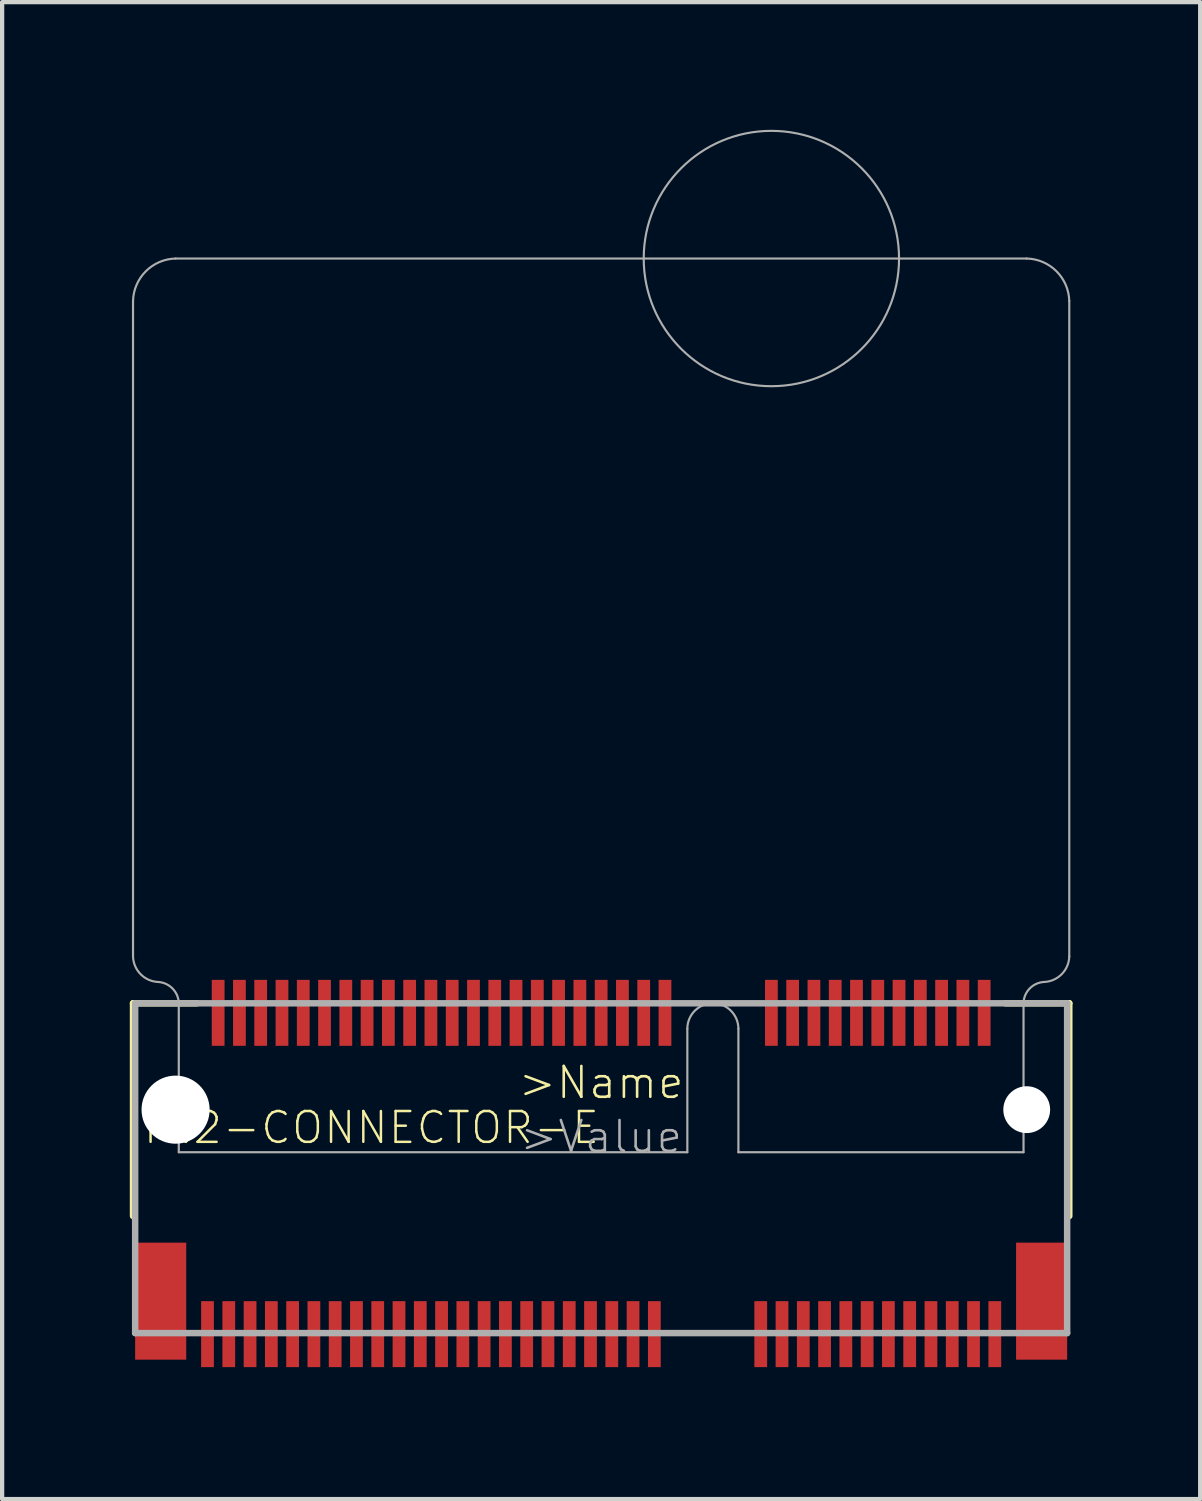
<source format=kicad_pcb>
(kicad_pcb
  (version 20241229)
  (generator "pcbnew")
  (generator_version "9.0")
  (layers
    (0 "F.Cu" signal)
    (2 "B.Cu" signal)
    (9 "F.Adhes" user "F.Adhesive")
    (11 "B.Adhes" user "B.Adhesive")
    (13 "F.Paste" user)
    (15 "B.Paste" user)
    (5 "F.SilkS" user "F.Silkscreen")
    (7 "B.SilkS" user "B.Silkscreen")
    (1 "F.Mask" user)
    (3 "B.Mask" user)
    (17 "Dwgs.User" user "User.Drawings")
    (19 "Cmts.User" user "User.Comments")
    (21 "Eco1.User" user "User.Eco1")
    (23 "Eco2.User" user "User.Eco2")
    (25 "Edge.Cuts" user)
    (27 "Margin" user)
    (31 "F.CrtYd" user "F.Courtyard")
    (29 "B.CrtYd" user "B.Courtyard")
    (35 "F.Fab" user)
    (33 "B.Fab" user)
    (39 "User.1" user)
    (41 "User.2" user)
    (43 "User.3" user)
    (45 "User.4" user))
  (footprint "M.2-CONNECTOR-E"
    (layer "F.Cu")
    (at 11.076 23.025)
    (property "Reference" "M.2-CONNECTOR-E" (at 0 0 180) (layer "F.SilkS") (effects (font (size 0.724 0.724) (thickness 0.058)) (justify right top)))
    (attr through_hole)
    (fp_line (start -11 2.5) (end -11 -2.5) (stroke (width 0.152) (type solid)) (layer "F.SilkS"))
    (fp_line (start -9.5 -2.5) (end -11 -2.5) (stroke (width 0.152) (type solid)) (layer "F.SilkS"))
    (fp_line (start 11 -2.5) (end 9.5 -2.5) (stroke (width 0.152) (type solid)) (layer "F.SilkS"))
    (fp_line (start 11 2.5) (end 11 -2.5) (stroke (width 0.152) (type solid)) (layer "F.SilkS"))
    (fp_poly (pts (xy -9.4 6.15) (xy -9.1 6.15) (xy -9.1 4.4) (xy -9.4 4.4)) (stroke (width 0) (type solid)) (fill yes) (layer "F.Paste"))
    (fp_poly (pts (xy -9.15 -1.4) (xy -8.85 -1.4) (xy -8.85 -3.15) (xy -9.15 -3.15)) (stroke (width 0) (type solid)) (fill yes) (layer "F.Paste"))
    (fp_poly (pts (xy -8.9 6.15) (xy -8.6 6.15) (xy -8.6 4.4) (xy -8.9 4.4)) (stroke (width 0) (type solid)) (fill yes) (layer "F.Paste"))
    (fp_poly (pts (xy -8.65 -1.4) (xy -8.35 -1.4) (xy -8.35 -3.15) (xy -8.65 -3.15)) (stroke (width 0) (type solid)) (fill yes) (layer "F.Paste"))
    (fp_poly (pts (xy -8.4 6.15) (xy -8.1 6.15) (xy -8.1 4.4) (xy -8.4 4.4)) (stroke (width 0) (type solid)) (fill yes) (layer "F.Paste"))
    (fp_poly (pts (xy -8.15 -1.4) (xy -7.85 -1.4) (xy -7.85 -3.15) (xy -8.15 -3.15)) (stroke (width 0) (type solid)) (fill yes) (layer "F.Paste"))
    (fp_poly (pts (xy -7.9 6.15) (xy -7.6 6.15) (xy -7.6 4.4) (xy -7.9 4.4)) (stroke (width 0) (type solid)) (fill yes) (layer "F.Paste"))
    (fp_poly (pts (xy -7.65 -1.4) (xy -7.35 -1.4) (xy -7.35 -3.15) (xy -7.65 -3.15)) (stroke (width 0) (type solid)) (fill yes) (layer "F.Paste"))
    (fp_poly (pts (xy -7.4 6.15) (xy -7.1 6.15) (xy -7.1 4.4) (xy -7.4 4.4)) (stroke (width 0) (type solid)) (fill yes) (layer "F.Paste"))
    (fp_poly (pts (xy -7.15 -1.4) (xy -6.85 -1.4) (xy -6.85 -3.15) (xy -7.15 -3.15)) (stroke (width 0) (type solid)) (fill yes) (layer "F.Paste"))
    (fp_poly (pts (xy -6.9 6.15) (xy -6.6 6.15) (xy -6.6 4.4) (xy -6.9 4.4)) (stroke (width 0) (type solid)) (fill yes) (layer "F.Paste"))
    (fp_poly (pts (xy -6.65 -1.4) (xy -6.35 -1.4) (xy -6.35 -3.15) (xy -6.65 -3.15)) (stroke (width 0) (type solid)) (fill yes) (layer "F.Paste"))
    (fp_poly (pts (xy -6.4 6.15) (xy -6.1 6.15) (xy -6.1 4.4) (xy -6.4 4.4)) (stroke (width 0) (type solid)) (fill yes) (layer "F.Paste"))
    (fp_poly (pts (xy -6.15 -1.4) (xy -5.85 -1.4) (xy -5.85 -3.15) (xy -6.15 -3.15)) (stroke (width 0) (type solid)) (fill yes) (layer "F.Paste"))
    (fp_poly (pts (xy -5.9 6.15) (xy -5.6 6.15) (xy -5.6 4.4) (xy -5.9 4.4)) (stroke (width 0) (type solid)) (fill yes) (layer "F.Paste"))
    (fp_poly (pts (xy -5.65 -1.4) (xy -5.35 -1.4) (xy -5.35 -3.15) (xy -5.65 -3.15)) (stroke (width 0) (type solid)) (fill yes) (layer "F.Paste"))
    (fp_poly (pts (xy -5.4 6.15) (xy -5.1 6.15) (xy -5.1 4.4) (xy -5.4 4.4)) (stroke (width 0) (type solid)) (fill yes) (layer "F.Paste"))
    (fp_poly (pts (xy -5.15 -1.4) (xy -4.85 -1.4) (xy -4.85 -3.15) (xy -5.15 -3.15)) (stroke (width 0) (type solid)) (fill yes) (layer "F.Paste"))
    (fp_poly (pts (xy -4.9 6.15) (xy -4.6 6.15) (xy -4.6 4.4) (xy -4.9 4.4)) (stroke (width 0) (type solid)) (fill yes) (layer "F.Paste"))
    (fp_poly (pts (xy -4.65 -1.4) (xy -4.35 -1.4) (xy -4.35 -3.15) (xy -4.65 -3.15)) (stroke (width 0) (type solid)) (fill yes) (layer "F.Paste"))
    (fp_poly (pts (xy -4.4 6.15) (xy -4.1 6.15) (xy -4.1 4.4) (xy -4.4 4.4)) (stroke (width 0) (type solid)) (fill yes) (layer "F.Paste"))
    (fp_poly (pts (xy -4.15 -1.4) (xy -3.85 -1.4) (xy -3.85 -3.15) (xy -4.15 -3.15)) (stroke (width 0) (type solid)) (fill yes) (layer "F.Paste"))
    (fp_poly (pts (xy -3.9 6.15) (xy -3.6 6.15) (xy -3.6 4.4) (xy -3.9 4.4)) (stroke (width 0) (type solid)) (fill yes) (layer "F.Paste"))
    (fp_poly (pts (xy -3.65 -1.4) (xy -3.35 -1.4) (xy -3.35 -3.15) (xy -3.65 -3.15)) (stroke (width 0) (type solid)) (fill yes) (layer "F.Paste"))
    (fp_poly (pts (xy -3.4 6.15) (xy -3.1 6.15) (xy -3.1 4.4) (xy -3.4 4.4)) (stroke (width 0) (type solid)) (fill yes) (layer "F.Paste"))
    (fp_poly (pts (xy -3.15 -1.4) (xy -2.85 -1.4) (xy -2.85 -3.15) (xy -3.15 -3.15)) (stroke (width 0) (type solid)) (fill yes) (layer "F.Paste"))
    (fp_poly (pts (xy -2.9 6.15) (xy -2.6 6.15) (xy -2.6 4.4) (xy -2.9 4.4)) (stroke (width 0) (type solid)) (fill yes) (layer "F.Paste"))
    (fp_poly (pts (xy -2.65 -1.4) (xy -2.35 -1.4) (xy -2.35 -3.15) (xy -2.65 -3.15)) (stroke (width 0) (type solid)) (fill yes) (layer "F.Paste"))
    (fp_poly (pts (xy -2.4 6.15) (xy -2.1 6.15) (xy -2.1 4.4) (xy -2.4 4.4)) (stroke (width 0) (type solid)) (fill yes) (layer "F.Paste"))
    (fp_poly (pts (xy -2.15 -1.4) (xy -1.85 -1.4) (xy -1.85 -3.15) (xy -2.15 -3.15)) (stroke (width 0) (type solid)) (fill yes) (layer "F.Paste"))
    (fp_poly (pts (xy -1.9 6.15) (xy -1.6 6.15) (xy -1.6 4.4) (xy -1.9 4.4)) (stroke (width 0) (type solid)) (fill yes) (layer "F.Paste"))
    (fp_poly (pts (xy -1.65 -1.4) (xy -1.35 -1.4) (xy -1.35 -3.15) (xy -1.65 -3.15)) (stroke (width 0) (type solid)) (fill yes) (layer "F.Paste"))
    (fp_poly (pts (xy -1.4 6.15) (xy -1.1 6.15) (xy -1.1 4.4) (xy -1.4 4.4)) (stroke (width 0) (type solid)) (fill yes) (layer "F.Paste"))
    (fp_poly (pts (xy -1.15 -1.4) (xy -0.85 -1.4) (xy -0.85 -3.15) (xy -1.15 -3.15)) (stroke (width 0) (type solid)) (fill yes) (layer "F.Paste"))
    (fp_poly (pts (xy -0.9 6.15) (xy -0.6 6.15) (xy -0.6 4.4) (xy -0.9 4.4)) (stroke (width 0) (type solid)) (fill yes) (layer "F.Paste"))
    (fp_poly (pts (xy -0.65 -1.4) (xy -0.35 -1.4) (xy -0.35 -3.15) (xy -0.65 -3.15)) (stroke (width 0) (type solid)) (fill yes) (layer "F.Paste"))
    (fp_poly (pts (xy -0.4 6.15) (xy -0.1 6.15) (xy -0.1 4.4) (xy -0.4 4.4)) (stroke (width 0) (type solid)) (fill yes) (layer "F.Paste"))
    (fp_poly (pts (xy -0.15 -1.4) (xy 0.15 -1.4) (xy 0.15 -3.15) (xy -0.15 -3.15)) (stroke (width 0) (type solid)) (fill yes) (layer "F.Paste"))
    (fp_poly (pts (xy 0.1 6.15) (xy 0.4 6.15) (xy 0.4 4.4) (xy 0.1 4.4)) (stroke (width 0) (type solid)) (fill yes) (layer "F.Paste"))
    (fp_poly (pts (xy 0.35 -1.4) (xy 0.65 -1.4) (xy 0.65 -3.15) (xy 0.35 -3.15)) (stroke (width 0) (type solid)) (fill yes) (layer "F.Paste"))
    (fp_poly (pts (xy 0.6 6.15) (xy 0.9 6.15) (xy 0.9 4.4) (xy 0.6 4.4)) (stroke (width 0) (type solid)) (fill yes) (layer "F.Paste"))
    (fp_poly (pts (xy 0.85 -1.4) (xy 1.15 -1.4) (xy 1.15 -3.15) (xy 0.85 -3.15)) (stroke (width 0) (type solid)) (fill yes) (layer "F.Paste"))
    (fp_poly (pts (xy 1.1 6.15) (xy 1.4 6.15) (xy 1.4 4.4) (xy 1.1 4.4)) (stroke (width 0) (type solid)) (fill yes) (layer "F.Paste"))
    (fp_poly (pts (xy 1.35 -1.4) (xy 1.65 -1.4) (xy 1.65 -3.15) (xy 1.35 -3.15)) (stroke (width 0) (type solid)) (fill yes) (layer "F.Paste"))
    (fp_poly (pts (xy 3.6 6.15) (xy 3.9 6.15) (xy 3.9 4.4) (xy 3.6 4.4)) (stroke (width 0) (type solid)) (fill yes) (layer "F.Paste"))
    (fp_poly (pts (xy 3.85 -1.4) (xy 4.15 -1.4) (xy 4.15 -3.15) (xy 3.85 -3.15)) (stroke (width 0) (type solid)) (fill yes) (layer "F.Paste"))
    (fp_poly (pts (xy 4.1 6.15) (xy 4.4 6.15) (xy 4.4 4.4) (xy 4.1 4.4)) (stroke (width 0) (type solid)) (fill yes) (layer "F.Paste"))
    (fp_poly (pts (xy 4.35 -1.4) (xy 4.65 -1.4) (xy 4.65 -3.15) (xy 4.35 -3.15)) (stroke (width 0) (type solid)) (fill yes) (layer "F.Paste"))
    (fp_poly (pts (xy 4.6 6.15) (xy 4.9 6.15) (xy 4.9 4.4) (xy 4.6 4.4)) (stroke (width 0) (type solid)) (fill yes) (layer "F.Paste"))
    (fp_poly (pts (xy 4.85 -1.4) (xy 5.15 -1.4) (xy 5.15 -3.15) (xy 4.85 -3.15)) (stroke (width 0) (type solid)) (fill yes) (layer "F.Paste"))
    (fp_poly (pts (xy 5.1 6.15) (xy 5.4 6.15) (xy 5.4 4.4) (xy 5.1 4.4)) (stroke (width 0) (type solid)) (fill yes) (layer "F.Paste"))
    (fp_poly (pts (xy 5.35 -1.4) (xy 5.65 -1.4) (xy 5.65 -3.15) (xy 5.35 -3.15)) (stroke (width 0) (type solid)) (fill yes) (layer "F.Paste"))
    (fp_poly (pts (xy 5.6 6.15) (xy 5.9 6.15) (xy 5.9 4.4) (xy 5.6 4.4)) (stroke (width 0) (type solid)) (fill yes) (layer "F.Paste"))
    (fp_poly (pts (xy 5.85 -1.4) (xy 6.15 -1.4) (xy 6.15 -3.15) (xy 5.85 -3.15)) (stroke (width 0) (type solid)) (fill yes) (layer "F.Paste"))
    (fp_poly (pts (xy 6.1 6.15) (xy 6.4 6.15) (xy 6.4 4.4) (xy 6.1 4.4)) (stroke (width 0) (type solid)) (fill yes) (layer "F.Paste"))
    (fp_poly (pts (xy 6.35 -1.4) (xy 6.65 -1.4) (xy 6.65 -3.15) (xy 6.35 -3.15)) (stroke (width 0) (type solid)) (fill yes) (layer "F.Paste"))
    (fp_poly (pts (xy 6.6 6.15) (xy 6.9 6.15) (xy 6.9 4.4) (xy 6.6 4.4)) (stroke (width 0) (type solid)) (fill yes) (layer "F.Paste"))
    (fp_poly (pts (xy 6.85 -1.4) (xy 7.15 -1.4) (xy 7.15 -3.15) (xy 6.85 -3.15)) (stroke (width 0) (type solid)) (fill yes) (layer "F.Paste"))
    (fp_poly (pts (xy 7.1 6.15) (xy 7.4 6.15) (xy 7.4 4.4) (xy 7.1 4.4)) (stroke (width 0) (type solid)) (fill yes) (layer "F.Paste"))
    (fp_poly (pts (xy 7.35 -1.4) (xy 7.65 -1.4) (xy 7.65 -3.15) (xy 7.35 -3.15)) (stroke (width 0) (type solid)) (fill yes) (layer "F.Paste"))
    (fp_poly (pts (xy 7.6 6.15) (xy 7.9 6.15) (xy 7.9 4.4) (xy 7.6 4.4)) (stroke (width 0) (type solid)) (fill yes) (layer "F.Paste"))
    (fp_poly (pts (xy 7.85 -1.4) (xy 8.15 -1.4) (xy 8.15 -3.15) (xy 7.85 -3.15)) (stroke (width 0) (type solid)) (fill yes) (layer "F.Paste"))
    (fp_poly (pts (xy 8.1 6.15) (xy 8.4 6.15) (xy 8.4 4.4) (xy 8.1 4.4)) (stroke (width 0) (type solid)) (fill yes) (layer "F.Paste"))
    (fp_poly (pts (xy 8.35 -1.4) (xy 8.65 -1.4) (xy 8.65 -3.15) (xy 8.35 -3.15)) (stroke (width 0) (type solid)) (fill yes) (layer "F.Paste"))
    (fp_poly (pts (xy 8.6 6.15) (xy 8.9 6.15) (xy 8.9 4.4) (xy 8.6 4.4)) (stroke (width 0) (type solid)) (fill yes) (layer "F.Paste"))
    (fp_poly (pts (xy 8.85 -1.4) (xy 9.15 -1.4) (xy 9.15 -3.15) (xy 8.85 -3.15)) (stroke (width 0) (type solid)) (fill yes) (layer "F.Paste"))
    (fp_poly (pts (xy 9.1 6.15) (xy 9.4 6.15) (xy 9.4 4.4) (xy 9.1 4.4)) (stroke (width 0) (type solid)) (fill yes) (layer "F.Paste"))
    (fp_line (start -11 -19) (end -11 -3.6) (stroke (width 0.051) (type solid)) (layer "F.Fab"))
    (fp_line (start -10.95 -2.5) (end -10.95 5.25) (stroke (width 0.152) (type solid)) (layer "F.Fab"))
    (fp_line (start -10.95 5.25) (end 10.95 5.25) (stroke (width 0.152) (type solid)) (layer "F.Fab"))
    (fp_line (start -9.925 1) (end -9.925 -2.5) (stroke (width 0.051) (type solid)) (layer "F.Fab"))
    (fp_line (start 2.025 -1.9) (end 2.025 1) (stroke (width 0.051) (type solid)) (layer "F.Fab"))
    (fp_line (start 2.025 1) (end -9.925 1) (stroke (width 0.051) (type solid)) (layer "F.Fab"))
    (fp_line (start 3.225 -1.9) (end 3.225 1) (stroke (width 0.051) (type solid)) (layer "F.Fab"))
    (fp_line (start 9.925 -2.5) (end 9.925 1) (stroke (width 0.051) (type solid)) (layer "F.Fab"))
    (fp_line (start 9.925 1) (end 3.225 1) (stroke (width 0.051) (type solid)) (layer "F.Fab"))
    (fp_line (start 10 -20) (end -10 -20) (stroke (width 0.051) (type solid)) (layer "F.Fab"))
    (fp_line (start 10.95 -2.5) (end -10.95 -2.5) (stroke (width 0.152) (type solid)) (layer "F.Fab"))
    (fp_line (start 10.95 5.25) (end 10.95 -2.5) (stroke (width 0.152) (type solid)) (layer "F.Fab"))
    (fp_line (start 11 -19) (end 11 -3.6) (stroke (width 0.05) (type solid)) (layer "F.Fab"))
    (fp_arc (start -11 -19) (mid -10.7 -19.7) (end -10 -20) (stroke (width 0.05) (type solid)) (layer "F.Fab"))
    (fp_arc (start -10.400001 -2.999999) (mid -10.819362 -3.180638) (end -11 -3.6) (stroke (width 0.05) (type solid)) (layer "F.Fab"))
    (fp_arc (start -10.4 -3) (mid -10.066759 -2.840954) (end -9.925 -2.5) (stroke (width 0.0508) (type solid)) (layer "F.Fab"))
    (fp_arc (start 2.025 -1.9) (mid 2.625 -2.5) (end 3.225 -1.9) (stroke (width 0.0508) (type solid)) (layer "F.Fab"))
    (fp_arc (start 9.925 -2.5) (mid 10.065344 -2.842298) (end 10.4 -3) (stroke (width 0.0508) (type solid)) (layer "F.Fab"))
    (fp_arc (start 10 -20) (mid 10.7 -19.7) (end 11 -19) (stroke (width 0.05) (type solid)) (layer "F.Fab"))
    (fp_arc (start 10.999999 -3.599999) (mid 10.819361 -3.180638) (end 10.4 -3) (stroke (width 0.05) (type solid)) (layer "F.Fab"))
    (fp_circle (center 4 -20) (end 7 -20) (stroke (width 0.05) (type solid)) (fill no) (layer "F.Fab"))
    (fp_text user ">Name" (at 0 -0.635 0) (layer "F.SilkS") (effects (font (size 0.724 0.724) (thickness 0.061))))
    (fp_text user ">Value" (at 0 0.635 0) (layer "F.Fab") (effects (font (size 0.724 0.724) (thickness 0.061))))
    (pad "" np_thru_hole circle (at -10 0) (size 1.6 1.6) (drill 1.6) (layers "*.Cu" "*.Mask"))
    (pad "" np_thru_hole circle (at 10 0) (size 1.1 1.1) (drill 1.1) (layers "*.Cu" "*.Mask"))
    (pad "1" smd rect (at 9.25 5.275 180) (size 0.3 1.55) (layers "F.Cu" "F.Mask"))
    (pad "2" smd rect (at 9 -2.275 180) (size 0.3 1.55) (layers "F.Cu" "F.Mask"))
    (pad "3" smd rect (at 8.75 5.275 180) (size 0.3 1.55) (layers "F.Cu" "F.Mask"))
    (pad "4" smd rect (at 8.5 -2.275 180) (size 0.3 1.55) (layers "F.Cu" "F.Mask"))
    (pad "5" smd rect (at 8.25 5.275 180) (size 0.3 1.55) (layers "F.Cu" "F.Mask"))
    (pad "6" smd rect (at 8 -2.275 180) (size 0.3 1.55) (layers "F.Cu" "F.Mask"))
    (pad "7" smd rect (at 7.75 5.275 180) (size 0.3 1.55) (layers "F.Cu" "F.Mask"))
    (pad "8" smd rect (at 7.5 -2.275 180) (size 0.3 1.55) (layers "F.Cu" "F.Mask"))
    (pad "9" smd rect (at 7.25 5.275 180) (size 0.3 1.55) (layers "F.Cu" "F.Mask"))
    (pad "10" smd rect (at 7 -2.275 180) (size 0.3 1.55) (layers "F.Cu" "F.Mask"))
    (pad "11" smd rect (at 6.75 5.275 180) (size 0.3 1.55) (layers "F.Cu" "F.Mask"))
    (pad "12" smd rect (at 6.5 -2.275 180) (size 0.3 1.55) (layers "F.Cu" "F.Mask"))
    (pad "13" smd rect (at 6.25 5.275 180) (size 0.3 1.55) (layers "F.Cu" "F.Mask"))
    (pad "14" smd rect (at 6 -2.275 180) (size 0.3 1.55) (layers "F.Cu" "F.Mask"))
    (pad "15" smd rect (at 5.75 5.275 180) (size 0.3 1.55) (layers "F.Cu" "F.Mask"))
    (pad "16" smd rect (at 5.5 -2.275 180) (size 0.3 1.55) (layers "F.Cu" "F.Mask"))
    (pad "17" smd rect (at 5.25 5.275 180) (size 0.3 1.55) (layers "F.Cu" "F.Mask"))
    (pad "18" smd rect (at 5 -2.275 180) (size 0.3 1.55) (layers "F.Cu" "F.Mask"))
    (pad "19" smd rect (at 4.75 5.275 180) (size 0.3 1.55) (layers "F.Cu" "F.Mask"))
    (pad "20" smd rect (at 4.5 -2.275 180) (size 0.3 1.55) (layers "F.Cu" "F.Mask"))
    (pad "21" smd rect (at 4.25 5.275 180) (size 0.3 1.55) (layers "F.Cu" "F.Mask"))
    (pad "22" smd rect (at 4 -2.275 180) (size 0.3 1.55) (layers "F.Cu" "F.Mask"))
    (pad "23" smd rect (at 3.75 5.275 180) (size 0.3 1.55) (layers "F.Cu" "F.Mask"))
    (pad "32" smd rect (at 1.5 -2.275 180) (size 0.3 1.55) (layers "F.Cu" "F.Mask"))
    (pad "33" smd rect (at 1.25 5.275 180) (size 0.3 1.55) (layers "F.Cu" "F.Mask"))
    (pad "34" smd rect (at 1 -2.275 180) (size 0.3 1.55) (layers "F.Cu" "F.Mask"))
    (pad "35" smd rect (at 0.75 5.275 180) (size 0.3 1.55) (layers "F.Cu" "F.Mask"))
    (pad "36" smd rect (at 0.5 -2.275 180) (size 0.3 1.55) (layers "F.Cu" "F.Mask"))
    (pad "37" smd rect (at 0.25 5.275 180) (size 0.3 1.55) (layers "F.Cu" "F.Mask"))
    (pad "38" smd rect (at 0 -2.275 180) (size 0.3 1.55) (layers "F.Cu" "F.Mask"))
    (pad "39" smd rect (at -0.25 5.275 180) (size 0.3 1.55) (layers "F.Cu" "F.Mask"))
    (pad "40" smd rect (at -0.5 -2.275 180) (size 0.3 1.55) (layers "F.Cu" "F.Mask"))
    (pad "41" smd rect (at -0.75 5.275 180) (size 0.3 1.55) (layers "F.Cu" "F.Mask"))
    (pad "42" smd rect (at -1 -2.275 180) (size 0.3 1.55) (layers "F.Cu" "F.Mask"))
    (pad "43" smd rect (at -1.25 5.275 180) (size 0.3 1.55) (layers "F.Cu" "F.Mask"))
    (pad "44" smd rect (at -1.5 -2.275 180) (size 0.3 1.55) (layers "F.Cu" "F.Mask"))
    (pad "45" smd rect (at -1.75 5.275 180) (size 0.3 1.55) (layers "F.Cu" "F.Mask"))
    (pad "46" smd rect (at -2 -2.275 180) (size 0.3 1.55) (layers "F.Cu" "F.Mask"))
    (pad "47" smd rect (at -2.25 5.275 180) (size 0.3 1.55) (layers "F.Cu" "F.Mask"))
    (pad "48" smd rect (at -2.5 -2.275 180) (size 0.3 1.55) (layers "F.Cu" "F.Mask"))
    (pad "49" smd rect (at -2.75 5.275 180) (size 0.3 1.55) (layers "F.Cu" "F.Mask"))
    (pad "50" smd rect (at -3 -2.275 180) (size 0.3 1.55) (layers "F.Cu" "F.Mask"))
    (pad "51" smd rect (at -3.25 5.275 180) (size 0.3 1.55) (layers "F.Cu" "F.Mask"))
    (pad "52" smd rect (at -3.5 -2.275 180) (size 0.3 1.55) (layers "F.Cu" "F.Mask"))
    (pad "53" smd rect (at -3.75 5.275 180) (size 0.3 1.55) (layers "F.Cu" "F.Mask"))
    (pad "54" smd rect (at -4 -2.275 180) (size 0.3 1.55) (layers "F.Cu" "F.Mask"))
    (pad "55" smd rect (at -4.25 5.275 180) (size 0.3 1.55) (layers "F.Cu" "F.Mask"))
    (pad "56" smd rect (at -4.5 -2.275 180) (size 0.3 1.55) (layers "F.Cu" "F.Mask"))
    (pad "57" smd rect (at -4.75 5.275 180) (size 0.3 1.55) (layers "F.Cu" "F.Mask"))
    (pad "58" smd rect (at -5 -2.275 180) (size 0.3 1.55) (layers "F.Cu" "F.Mask"))
    (pad "59" smd rect (at -5.25 5.275 180) (size 0.3 1.55) (layers "F.Cu" "F.Mask"))
    (pad "60" smd rect (at -5.5 -2.275 180) (size 0.3 1.55) (layers "F.Cu" "F.Mask"))
    (pad "61" smd rect (at -5.75 5.275 180) (size 0.3 1.55) (layers "F.Cu" "F.Mask"))
    (pad "62" smd rect (at -6 -2.275 180) (size 0.3 1.55) (layers "F.Cu" "F.Mask"))
    (pad "63" smd rect (at -6.25 5.275 180) (size 0.3 1.55) (layers "F.Cu" "F.Mask"))
    (pad "64" smd rect (at -6.5 -2.275 180) (size 0.3 1.55) (layers "F.Cu" "F.Mask"))
    (pad "65" smd rect (at -6.75 5.275 180) (size 0.3 1.55) (layers "F.Cu" "F.Mask"))
    (pad "66" smd rect (at -7 -2.275 180) (size 0.3 1.55) (layers "F.Cu" "F.Mask"))
    (pad "67" smd rect (at -7.25 5.275 180) (size 0.3 1.55) (layers "F.Cu" "F.Mask"))
    (pad "68" smd rect (at -7.5 -2.275 180) (size 0.3 1.55) (layers "F.Cu" "F.Mask"))
    (pad "69" smd rect (at -7.75 5.275 180) (size 0.3 1.55) (layers "F.Cu" "F.Mask"))
    (pad "70" smd rect (at -8 -2.275 180) (size 0.3 1.55) (layers "F.Cu" "F.Mask"))
    (pad "71" smd rect (at -8.25 5.275 180) (size 0.3 1.55) (layers "F.Cu" "F.Mask"))
    (pad "72" smd rect (at -8.5 -2.275 180) (size 0.3 1.55) (layers "F.Cu" "F.Mask"))
    (pad "73" smd rect (at -8.75 5.275 180) (size 0.3 1.55) (layers "F.Cu" "F.Mask"))
    (pad "74" smd rect (at -9 -2.275 180) (size 0.3 1.55) (layers "F.Cu" "F.Mask"))
    (pad "75" smd rect (at -9.25 5.275 180) (size 0.3 1.55) (layers "F.Cu" "F.Mask"))
    (pad "A1" smd rect (at 10.35 4.5 180) (size 1.2 2.75) (layers "F.Cu" "F.Mask" "F.Paste"))
    (pad "A2" smd rect (at -10.35 4.5 180) (size 1.2 2.75) (layers "F.Cu" "F.Mask" "F.Paste")))
  (gr_rect
    (start -3 -3)
    (end 25.152 32.175)
    (stroke (width 0.1) (type default))
    (fill no)
    (layer "Edge.Cuts")))
</source>
